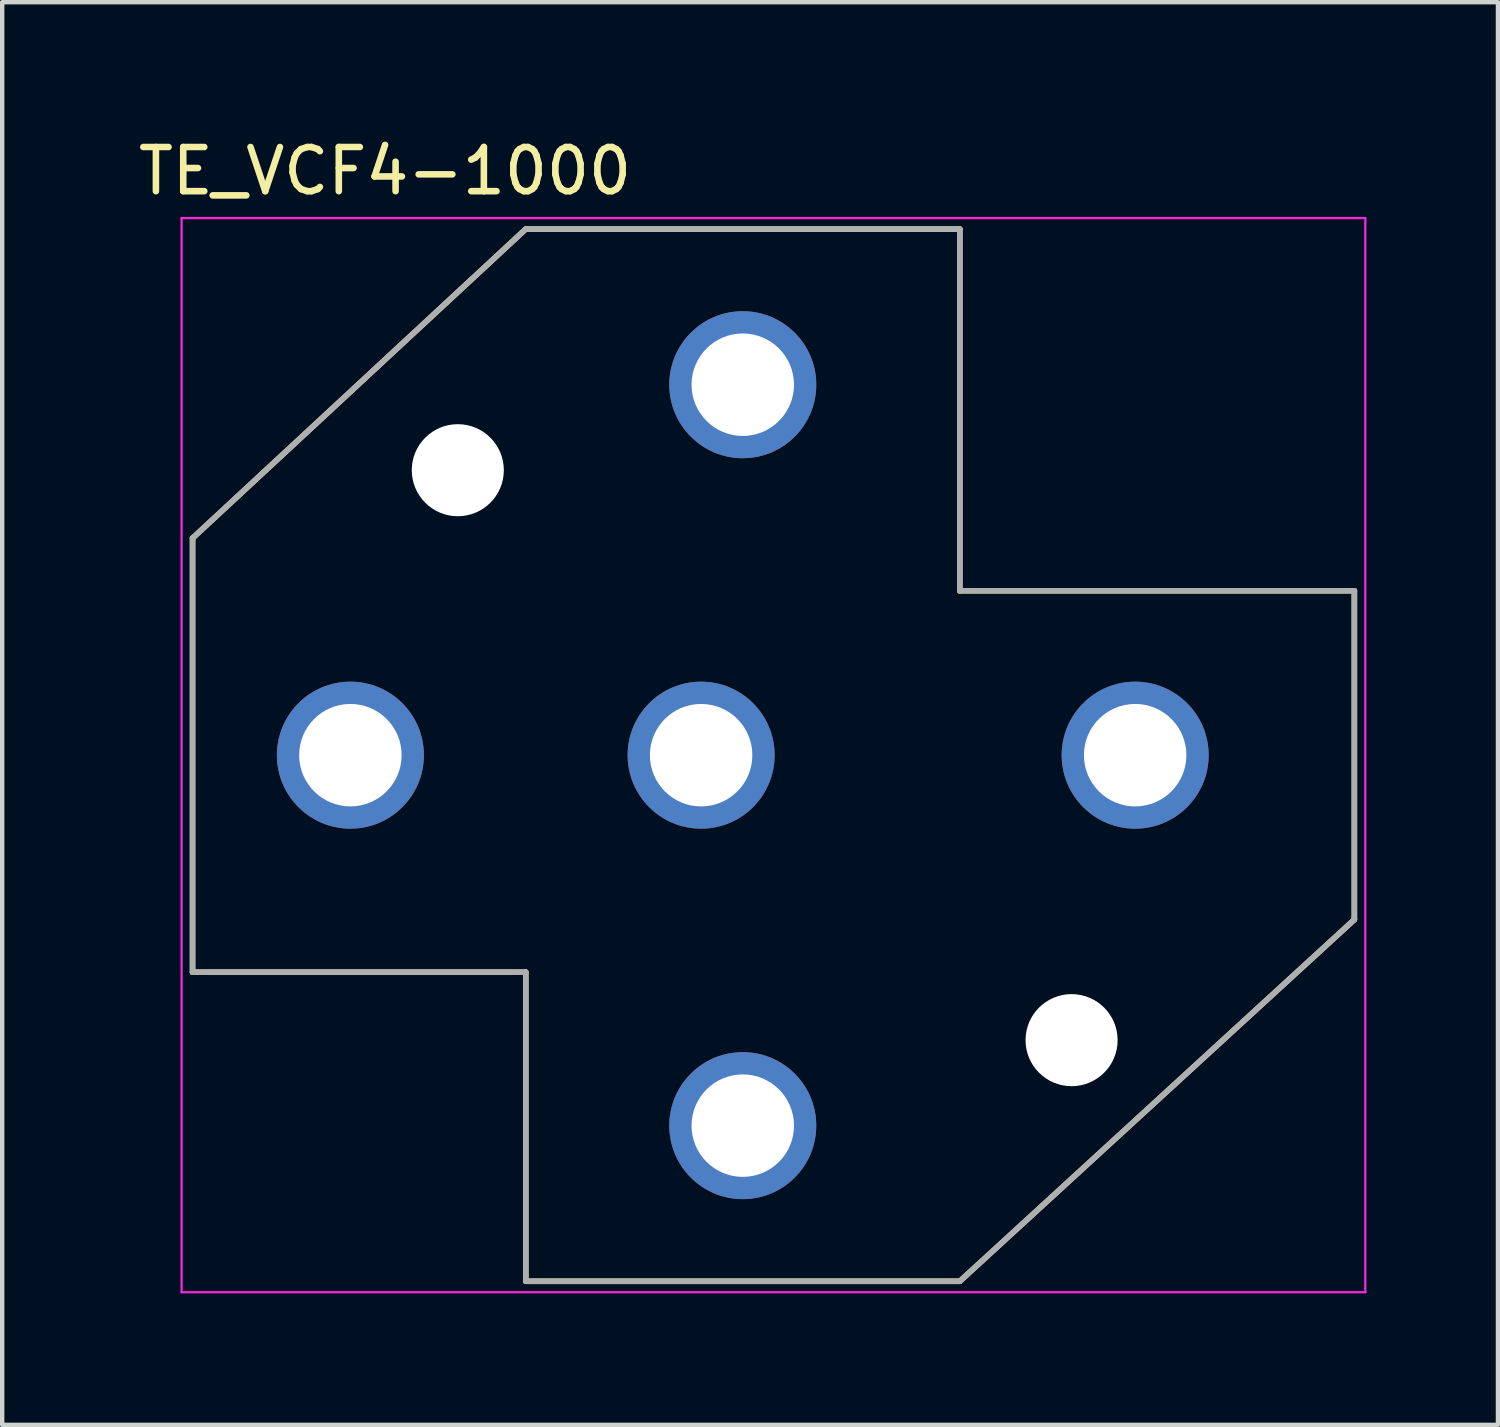
<source format=kicad_pcb>
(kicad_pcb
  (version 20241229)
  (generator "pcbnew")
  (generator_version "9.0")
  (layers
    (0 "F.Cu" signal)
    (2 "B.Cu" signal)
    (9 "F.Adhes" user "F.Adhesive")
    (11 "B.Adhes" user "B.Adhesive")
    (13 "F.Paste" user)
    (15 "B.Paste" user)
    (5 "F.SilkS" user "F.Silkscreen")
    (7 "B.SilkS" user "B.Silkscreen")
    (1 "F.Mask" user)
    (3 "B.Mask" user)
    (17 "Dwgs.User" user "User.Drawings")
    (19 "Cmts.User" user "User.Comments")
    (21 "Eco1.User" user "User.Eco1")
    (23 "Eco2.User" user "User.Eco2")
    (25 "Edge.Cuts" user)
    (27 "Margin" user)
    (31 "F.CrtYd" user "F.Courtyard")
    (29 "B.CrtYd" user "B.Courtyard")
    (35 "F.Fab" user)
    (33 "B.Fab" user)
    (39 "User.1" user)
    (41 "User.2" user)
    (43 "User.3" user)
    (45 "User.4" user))
  (footprint "TE_VCF4-1000"
    (layer "F.Cu")
    (at 13.892 14.175)
    (property "Reference" "TE_VCF4-1000" (at -8.159 -13.323 0) (layer "F.SilkS") (effects (font (size 1.007 1.007) (thickness 0.15))))
    (attr through_hole)
    (fp_line (start -12.55 -4.95) (end -4.95 -12) (stroke (width 0.127) (type solid)) (layer "F.SilkS"))
    (fp_line (start -12.55 4.95) (end -12.55 -4.95) (stroke (width 0.127) (type solid)) (layer "F.SilkS"))
    (fp_line (start -4.95 -12) (end 4.95 -12) (stroke (width 0.127) (type solid)) (layer "F.SilkS"))
    (fp_line (start -4.95 4.95) (end -12.55 4.95) (stroke (width 0.127) (type solid)) (layer "F.SilkS"))
    (fp_line (start -4.95 12) (end -4.95 4.95) (stroke (width 0.127) (type solid)) (layer "F.SilkS"))
    (fp_line (start 4.95 -12) (end 4.95 -3.75) (stroke (width 0.127) (type solid)) (layer "F.SilkS"))
    (fp_line (start 4.95 -3.75) (end 13.95 -3.75) (stroke (width 0.127) (type solid)) (layer "F.SilkS"))
    (fp_line (start 4.95 12) (end -4.95 12) (stroke (width 0.127) (type solid)) (layer "F.SilkS"))
    (fp_line (start 4.95 12) (end 13.95 3.75) (stroke (width 0.127) (type solid)) (layer "F.SilkS"))
    (fp_line (start 13.95 -3.75) (end 13.95 3.75) (stroke (width 0.127) (type solid)) (layer "F.SilkS"))
    (fp_line (start -12.8 -12.25) (end 14.2 -12.25) (stroke (width 0.05) (type solid)) (layer "F.CrtYd"))
    (fp_line (start -12.8 12.25) (end -12.8 -12.25) (stroke (width 0.05) (type solid)) (layer "F.CrtYd"))
    (fp_line (start 14.2 -12.25) (end 14.2 12.25) (stroke (width 0.05) (type solid)) (layer "F.CrtYd"))
    (fp_line (start 14.2 12.25) (end -12.8 12.25) (stroke (width 0.05) (type solid)) (layer "F.CrtYd"))
    (fp_line (start -12.55 -4.95) (end -4.95 -12) (stroke (width 0.127) (type solid)) (layer "F.Fab"))
    (fp_line (start -12.55 4.95) (end -12.55 -4.95) (stroke (width 0.127) (type solid)) (layer "F.Fab"))
    (fp_line (start -4.95 -12) (end 4.95 -12) (stroke (width 0.127) (type solid)) (layer "F.Fab"))
    (fp_line (start -4.95 4.95) (end -12.55 4.95) (stroke (width 0.127) (type solid)) (layer "F.Fab"))
    (fp_line (start -4.95 12) (end -4.95 4.95) (stroke (width 0.127) (type solid)) (layer "F.Fab"))
    (fp_line (start 4.95 -12) (end 4.95 -3.75) (stroke (width 0.127) (type solid)) (layer "F.Fab"))
    (fp_line (start 4.95 -3.75) (end 13.95 -3.75) (stroke (width 0.127) (type solid)) (layer "F.Fab"))
    (fp_line (start 4.95 12) (end -4.95 12) (stroke (width 0.127) (type solid)) (layer "F.Fab"))
    (fp_line (start 4.95 12) (end 13.95 3.75) (stroke (width 0.127) (type solid)) (layer "F.Fab"))
    (fp_line (start 13.95 -3.75) (end 13.95 3.75) (stroke (width 0.127) (type solid)) (layer "F.Fab"))
    (pad "" np_thru_hole circle (at -6.5 -6.5) (size 2.1 2.1) (drill 2.1) (layers "*.Cu" "*.Mask"))
    (pad "" np_thru_hole circle (at 7.5 6.5) (size 2.1 2.1) (drill 2.1) (layers "*.Cu" "*.Mask"))
    (pad "30" thru_hole circle (at 8.95 0) (size 3.353 3.353) (drill 2.337) (layers "*.Cu" "*.Mask"))
    (pad "85" thru_hole circle (at 0 8.45) (size 3.353 3.353) (drill 2.337) (layers "*.Cu" "*.Mask"))
    (pad "86" thru_hole circle (at 0 -8.45) (size 3.353 3.353) (drill 2.337) (layers "*.Cu" "*.Mask"))
    (pad "87" thru_hole circle (at -8.95 0) (size 3.353 3.353) (drill 2.337) (layers "*.Cu" "*.Mask"))
    (pad "87A" thru_hole circle (at -0.95 0) (size 3.353 3.353) (drill 2.337) (layers "*.Cu" "*.Mask")))
  (gr_rect
    (start -3 -3)
    (end 31.117 29.45)
    (stroke (width 0.1) (type default))
    (fill no)
    (layer "Edge.Cuts")))
</source>
